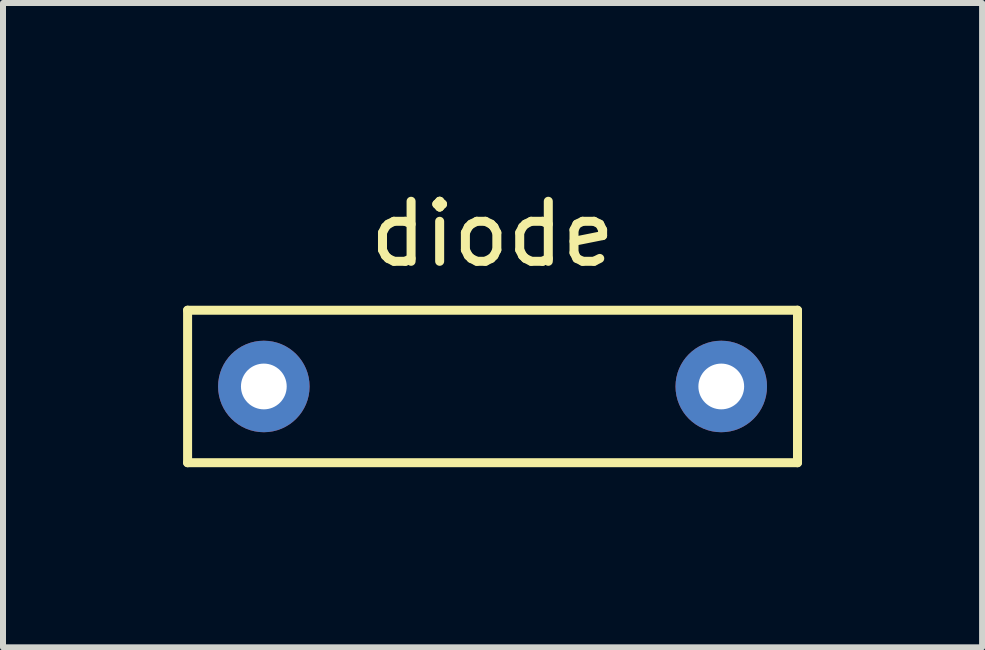
<source format=kicad_pcb>
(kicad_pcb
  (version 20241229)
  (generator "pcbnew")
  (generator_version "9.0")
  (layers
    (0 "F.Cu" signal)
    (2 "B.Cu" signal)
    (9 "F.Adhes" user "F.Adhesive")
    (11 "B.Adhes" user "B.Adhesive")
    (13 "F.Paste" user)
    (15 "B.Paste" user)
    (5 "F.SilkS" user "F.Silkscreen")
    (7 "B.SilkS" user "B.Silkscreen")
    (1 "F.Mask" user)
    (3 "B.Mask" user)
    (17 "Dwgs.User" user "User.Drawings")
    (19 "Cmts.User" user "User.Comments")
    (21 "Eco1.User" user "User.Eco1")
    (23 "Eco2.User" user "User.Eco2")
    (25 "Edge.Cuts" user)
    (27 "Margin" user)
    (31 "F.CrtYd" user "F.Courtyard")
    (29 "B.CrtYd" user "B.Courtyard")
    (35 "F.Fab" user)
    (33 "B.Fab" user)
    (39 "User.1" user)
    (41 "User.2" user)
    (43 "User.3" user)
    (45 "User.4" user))
  (footprint "diode"
    (layer "F.Cu")
    (at 5.155 3.388)
    (property "Reference" "diode" (at 0 -2.54 0) (layer "F.SilkS") (effects (font (size 1 1) (thickness 0.15))))
    (attr through_hole)
    (fp_line (start -5.08 -1.27) (end -5.08 1.27) (stroke (width 0.15) (type solid)) (layer "F.SilkS"))
    (fp_line (start -5.08 1.27) (end 5.08 1.27) (stroke (width 0.15) (type solid)) (layer "F.SilkS"))
    (fp_line (start 5.08 -1.27) (end -5.08 -1.27) (stroke (width 0.15) (type solid)) (layer "F.SilkS"))
    (fp_line (start 5.08 1.27) (end 5.08 -1.27) (stroke (width 0.15) (type solid)) (layer "F.SilkS"))
    (pad "1" thru_hole circle (at 3.81 0) (size 1.524 1.524) (drill 0.762) (layers "*.Cu" "*.Mask"))
    (pad "2" thru_hole circle (at -3.81 0) (size 1.524 1.524) (drill 0.762) (layers "*.Cu" "*.Mask")))
  (gr_rect
    (start -3 -3)
    (end 13.31 7.733)
    (stroke (width 0.1) (type default))
    (fill no)
    (layer "Edge.Cuts")))
</source>
